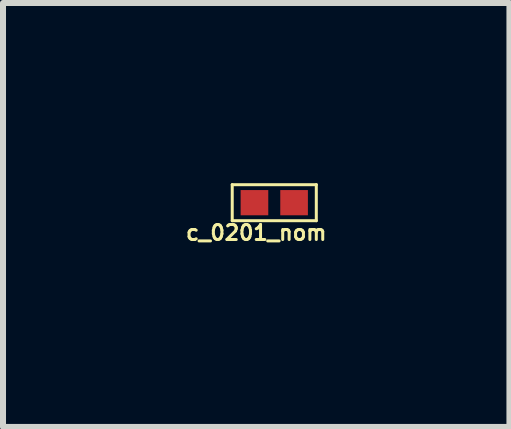
<source format=kicad_pcb>
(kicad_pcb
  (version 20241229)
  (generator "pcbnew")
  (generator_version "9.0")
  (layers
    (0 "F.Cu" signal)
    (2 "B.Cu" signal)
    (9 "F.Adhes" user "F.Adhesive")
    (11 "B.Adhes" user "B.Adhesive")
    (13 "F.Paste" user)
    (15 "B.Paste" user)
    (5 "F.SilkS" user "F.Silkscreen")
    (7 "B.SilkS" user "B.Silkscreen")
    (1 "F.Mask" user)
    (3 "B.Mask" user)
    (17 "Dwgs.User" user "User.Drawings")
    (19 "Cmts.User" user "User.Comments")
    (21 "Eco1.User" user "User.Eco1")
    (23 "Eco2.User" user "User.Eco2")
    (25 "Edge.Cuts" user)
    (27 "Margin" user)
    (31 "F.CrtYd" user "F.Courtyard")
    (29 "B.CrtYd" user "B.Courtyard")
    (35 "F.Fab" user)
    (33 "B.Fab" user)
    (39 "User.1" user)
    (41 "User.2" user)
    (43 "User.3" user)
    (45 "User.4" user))
  (footprint "c_0201_nom"
    (layer "F.Cu")
    (at 1.517 0.325)
    (property "Reference" "c_0201_nom" (at -0.3 0.5 0) (layer "F.SilkS") (effects (font (size 0.25 0.25) (thickness 0.05))))
    (attr smd)
    (fp_line (start -0.7 -0.3) (end 0.7 -0.3) (stroke (width 0.05) (type solid)) (layer "F.SilkS"))
    (fp_line (start -0.7 0.3) (end -0.7 -0.3) (stroke (width 0.05) (type solid)) (layer "F.SilkS"))
    (fp_line (start 0.7 -0.3) (end 0.7 0.3) (stroke (width 0.05) (type solid)) (layer "F.SilkS"))
    (fp_line (start 0.7 0.3) (end -0.7 0.3) (stroke (width 0.05) (type solid)) (layer "F.SilkS"))
    (pad "1" smd rect (at -0.33 0) (size 0.46 0.42) (layers "F.Cu" "F.Mask" "F.Paste"))
    (pad "2" smd rect (at 0.33 0) (size 0.46 0.42) (layers "F.Cu" "F.Mask" "F.Paste")))
  (gr_rect
    (start -3 -3)
    (end 5.433 4.059)
    (stroke (width 0.1) (type default))
    (fill no)
    (layer "Edge.Cuts")))
</source>
